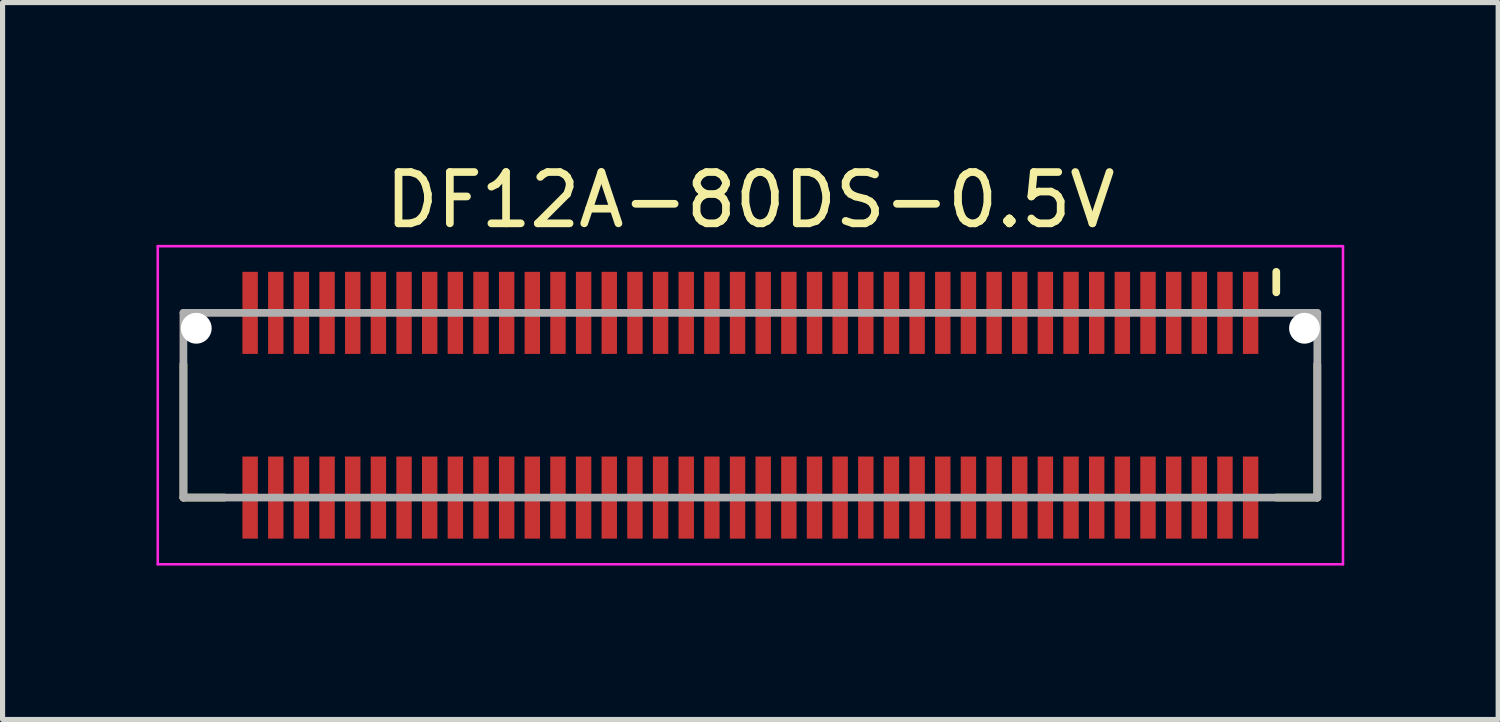
<source format=kicad_pcb>
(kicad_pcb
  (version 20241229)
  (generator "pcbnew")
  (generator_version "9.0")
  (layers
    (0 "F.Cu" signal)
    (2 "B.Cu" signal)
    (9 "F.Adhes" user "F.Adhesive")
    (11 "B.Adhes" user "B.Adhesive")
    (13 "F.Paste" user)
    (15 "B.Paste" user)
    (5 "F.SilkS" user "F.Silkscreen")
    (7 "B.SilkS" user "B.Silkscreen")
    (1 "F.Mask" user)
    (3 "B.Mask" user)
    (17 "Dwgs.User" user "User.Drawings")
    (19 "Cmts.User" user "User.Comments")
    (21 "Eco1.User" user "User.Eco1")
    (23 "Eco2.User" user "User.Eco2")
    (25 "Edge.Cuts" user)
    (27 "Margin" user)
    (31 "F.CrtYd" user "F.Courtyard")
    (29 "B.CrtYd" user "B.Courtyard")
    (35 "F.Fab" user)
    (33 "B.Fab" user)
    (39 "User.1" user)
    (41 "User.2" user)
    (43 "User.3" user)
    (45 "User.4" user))
  (footprint "DF12A-80DS-0.5V"
    (layer "F.Cu")
    (at 11.575 4.848)
    (property "Reference" "DF12A-80DS-0.5V" (at 0 -4 0) (layer "F.SilkS") (effects (font (size 1 1) (thickness 0.15))))
    (attr smd)
    (fp_line (start -11.05 -0.8) (end -11.05 1.8) (stroke (width 0.15) (type solid)) (layer "F.SilkS"))
    (fp_line (start -11.05 1.8) (end -10.25 1.8) (stroke (width 0.15) (type solid)) (layer "F.SilkS"))
    (fp_line (start 10.25 -2.6) (end 10.25 -2.2) (stroke (width 0.15) (type solid)) (layer "F.SilkS"))
    (fp_line (start 10.25 1.8) (end 11.05 1.8) (stroke (width 0.15) (type solid)) (layer "F.SilkS"))
    (fp_line (start 11.05 -0.8) (end 11.05 1.8) (stroke (width 0.15) (type solid)) (layer "F.SilkS"))
    (fp_line (start -11.55 -3.1) (end -11.55 3.1) (stroke (width 0.05) (type solid)) (layer "F.CrtYd"))
    (fp_line (start -11.55 -3.1) (end 11.55 -3.1) (stroke (width 0.05) (type solid)) (layer "F.CrtYd"))
    (fp_line (start -11.55 3.1) (end 11.55 3.1) (stroke (width 0.05) (type solid)) (layer "F.CrtYd"))
    (fp_line (start 11.55 -3.1) (end 11.55 3.1) (stroke (width 0.05) (type solid)) (layer "F.CrtYd"))
    (fp_line (start -11.05 -1.8) (end -11.05 1.8) (stroke (width 0.15) (type solid)) (layer "F.Fab"))
    (fp_line (start -11.05 -1.8) (end 11.05 -1.8) (stroke (width 0.15) (type solid)) (layer "F.Fab"))
    (fp_line (start -11.05 1.8) (end 11.05 1.8) (stroke (width 0.15) (type solid)) (layer "F.Fab"))
    (fp_line (start 11.05 -1.8) (end 11.05 1.8) (stroke (width 0.15) (type solid)) (layer "F.Fab"))
    (pad "" np_thru_hole circle (at -10.8 -1.5) (size 0.6 0.6) (drill 0.6) (layers "*.Cu" "*.Mask"))
    (pad "" np_thru_hole circle (at 10.8 -1.5) (size 0.6 0.6) (drill 0.6) (layers "*.Cu" "*.Mask"))
    (pad "1" smd rect (at 9.75 -1.8) (size 0.3 1.6) (layers "F.Cu" "F.Mask" "F.Paste"))
    (pad "2" smd rect (at 9.75 1.8) (size 0.3 1.6) (layers "F.Cu" "F.Mask" "F.Paste"))
    (pad "3" smd rect (at 9.25 -1.8) (size 0.3 1.6) (layers "F.Cu" "F.Mask" "F.Paste"))
    (pad "4" smd rect (at 9.25 1.8) (size 0.3 1.6) (layers "F.Cu" "F.Mask" "F.Paste"))
    (pad "5" smd rect (at 8.75 -1.8) (size 0.3 1.6) (layers "F.Cu" "F.Mask" "F.Paste"))
    (pad "6" smd rect (at 8.75 1.8) (size 0.3 1.6) (layers "F.Cu" "F.Mask" "F.Paste"))
    (pad "7" smd rect (at 8.25 -1.8) (size 0.3 1.6) (layers "F.Cu" "F.Mask" "F.Paste"))
    (pad "8" smd rect (at 8.25 1.8) (size 0.3 1.6) (layers "F.Cu" "F.Mask" "F.Paste"))
    (pad "9" smd rect (at 7.75 -1.8) (size 0.3 1.6) (layers "F.Cu" "F.Mask" "F.Paste"))
    (pad "10" smd rect (at 7.75 1.8) (size 0.3 1.6) (layers "F.Cu" "F.Mask" "F.Paste"))
    (pad "11" smd rect (at 7.25 -1.8) (size 0.3 1.6) (layers "F.Cu" "F.Mask" "F.Paste"))
    (pad "12" smd rect (at 7.25 1.8) (size 0.3 1.6) (layers "F.Cu" "F.Mask" "F.Paste"))
    (pad "13" smd rect (at 6.75 -1.8) (size 0.3 1.6) (layers "F.Cu" "F.Mask" "F.Paste"))
    (pad "14" smd rect (at 6.75 1.8) (size 0.3 1.6) (layers "F.Cu" "F.Mask" "F.Paste"))
    (pad "15" smd rect (at 6.25 -1.8) (size 0.3 1.6) (layers "F.Cu" "F.Mask" "F.Paste"))
    (pad "16" smd rect (at 6.25 1.8) (size 0.3 1.6) (layers "F.Cu" "F.Mask" "F.Paste"))
    (pad "17" smd rect (at 5.75 -1.8) (size 0.3 1.6) (layers "F.Cu" "F.Mask" "F.Paste"))
    (pad "18" smd rect (at 5.75 1.8) (size 0.3 1.6) (layers "F.Cu" "F.Mask" "F.Paste"))
    (pad "19" smd rect (at 5.25 -1.8) (size 0.3 1.6) (layers "F.Cu" "F.Mask" "F.Paste"))
    (pad "20" smd rect (at 5.25 1.8) (size 0.3 1.6) (layers "F.Cu" "F.Mask" "F.Paste"))
    (pad "21" smd rect (at 4.75 -1.8) (size 0.3 1.6) (layers "F.Cu" "F.Mask" "F.Paste"))
    (pad "22" smd rect (at 4.75 1.8) (size 0.3 1.6) (layers "F.Cu" "F.Mask" "F.Paste"))
    (pad "23" smd rect (at 4.25 -1.8) (size 0.3 1.6) (layers "F.Cu" "F.Mask" "F.Paste"))
    (pad "24" smd rect (at 4.25 1.8) (size 0.3 1.6) (layers "F.Cu" "F.Mask" "F.Paste"))
    (pad "25" smd rect (at 3.75 -1.8) (size 0.3 1.6) (layers "F.Cu" "F.Mask" "F.Paste"))
    (pad "26" smd rect (at 3.75 1.8) (size 0.3 1.6) (layers "F.Cu" "F.Mask" "F.Paste"))
    (pad "27" smd rect (at 3.25 -1.8) (size 0.3 1.6) (layers "F.Cu" "F.Mask" "F.Paste"))
    (pad "28" smd rect (at 3.25 1.8) (size 0.3 1.6) (layers "F.Cu" "F.Mask" "F.Paste"))
    (pad "29" smd rect (at 2.75 -1.8) (size 0.3 1.6) (layers "F.Cu" "F.Mask" "F.Paste"))
    (pad "30" smd rect (at 2.75 1.8) (size 0.3 1.6) (layers "F.Cu" "F.Mask" "F.Paste"))
    (pad "31" smd rect (at 2.25 -1.8) (size 0.3 1.6) (layers "F.Cu" "F.Mask" "F.Paste"))
    (pad "32" smd rect (at 2.25 1.8) (size 0.3 1.6) (layers "F.Cu" "F.Mask" "F.Paste"))
    (pad "33" smd rect (at 1.75 -1.8) (size 0.3 1.6) (layers "F.Cu" "F.Mask" "F.Paste"))
    (pad "34" smd rect (at 1.75 1.8) (size 0.3 1.6) (layers "F.Cu" "F.Mask" "F.Paste"))
    (pad "35" smd rect (at 1.25 -1.8) (size 0.3 1.6) (layers "F.Cu" "F.Mask" "F.Paste"))
    (pad "36" smd rect (at 1.25 1.8) (size 0.3 1.6) (layers "F.Cu" "F.Mask" "F.Paste"))
    (pad "37" smd rect (at 0.75 -1.8) (size 0.3 1.6) (layers "F.Cu" "F.Mask" "F.Paste"))
    (pad "38" smd rect (at 0.75 1.8) (size 0.3 1.6) (layers "F.Cu" "F.Mask" "F.Paste"))
    (pad "39" smd rect (at 0.25 -1.8) (size 0.3 1.6) (layers "F.Cu" "F.Mask" "F.Paste"))
    (pad "40" smd rect (at 0.25 1.8) (size 0.3 1.6) (layers "F.Cu" "F.Mask" "F.Paste"))
    (pad "41" smd rect (at -0.25 -1.8) (size 0.3 1.6) (layers "F.Cu" "F.Mask" "F.Paste"))
    (pad "42" smd rect (at -0.25 1.8) (size 0.3 1.6) (layers "F.Cu" "F.Mask" "F.Paste"))
    (pad "43" smd rect (at -0.75 -1.8) (size 0.3 1.6) (layers "F.Cu" "F.Mask" "F.Paste"))
    (pad "44" smd rect (at -0.75 1.8) (size 0.3 1.6) (layers "F.Cu" "F.Mask" "F.Paste"))
    (pad "45" smd rect (at -1.25 -1.8) (size 0.3 1.6) (layers "F.Cu" "F.Mask" "F.Paste"))
    (pad "46" smd rect (at -1.25 1.8) (size 0.3 1.6) (layers "F.Cu" "F.Mask" "F.Paste"))
    (pad "47" smd rect (at -1.75 -1.8) (size 0.3 1.6) (layers "F.Cu" "F.Mask" "F.Paste"))
    (pad "48" smd rect (at -1.75 1.8) (size 0.3 1.6) (layers "F.Cu" "F.Mask" "F.Paste"))
    (pad "49" smd rect (at -2.25 -1.8) (size 0.3 1.6) (layers "F.Cu" "F.Mask" "F.Paste"))
    (pad "50" smd rect (at -2.25 1.8) (size 0.3 1.6) (layers "F.Cu" "F.Mask" "F.Paste"))
    (pad "51" smd rect (at -2.75 -1.8) (size 0.3 1.6) (layers "F.Cu" "F.Mask" "F.Paste"))
    (pad "52" smd rect (at -2.75 1.8) (size 0.3 1.6) (layers "F.Cu" "F.Mask" "F.Paste"))
    (pad "53" smd rect (at -3.25 -1.8) (size 0.3 1.6) (layers "F.Cu" "F.Mask" "F.Paste"))
    (pad "54" smd rect (at -3.25 1.8) (size 0.3 1.6) (layers "F.Cu" "F.Mask" "F.Paste"))
    (pad "55" smd rect (at -3.75 -1.8) (size 0.3 1.6) (layers "F.Cu" "F.Mask" "F.Paste"))
    (pad "56" smd rect (at -3.75 1.8) (size 0.3 1.6) (layers "F.Cu" "F.Mask" "F.Paste"))
    (pad "57" smd rect (at -4.25 -1.8) (size 0.3 1.6) (layers "F.Cu" "F.Mask" "F.Paste"))
    (pad "58" smd rect (at -4.25 1.8) (size 0.3 1.6) (layers "F.Cu" "F.Mask" "F.Paste"))
    (pad "59" smd rect (at -4.75 -1.8) (size 0.3 1.6) (layers "F.Cu" "F.Mask" "F.Paste"))
    (pad "60" smd rect (at -4.75 1.8) (size 0.3 1.6) (layers "F.Cu" "F.Mask" "F.Paste"))
    (pad "61" smd rect (at -5.25 -1.8) (size 0.3 1.6) (layers "F.Cu" "F.Mask" "F.Paste"))
    (pad "62" smd rect (at -5.25 1.8) (size 0.3 1.6) (layers "F.Cu" "F.Mask" "F.Paste"))
    (pad "63" smd rect (at -5.75 -1.8) (size 0.3 1.6) (layers "F.Cu" "F.Mask" "F.Paste"))
    (pad "64" smd rect (at -5.75 1.8) (size 0.3 1.6) (layers "F.Cu" "F.Mask" "F.Paste"))
    (pad "65" smd rect (at -6.25 -1.8) (size 0.3 1.6) (layers "F.Cu" "F.Mask" "F.Paste"))
    (pad "66" smd rect (at -6.25 1.8) (size 0.3 1.6) (layers "F.Cu" "F.Mask" "F.Paste"))
    (pad "67" smd rect (at -6.75 -1.8) (size 0.3 1.6) (layers "F.Cu" "F.Mask" "F.Paste"))
    (pad "68" smd rect (at -6.75 1.8) (size 0.3 1.6) (layers "F.Cu" "F.Mask" "F.Paste"))
    (pad "69" smd rect (at -7.25 -1.8) (size 0.3 1.6) (layers "F.Cu" "F.Mask" "F.Paste"))
    (pad "70" smd rect (at -7.25 1.8) (size 0.3 1.6) (layers "F.Cu" "F.Mask" "F.Paste"))
    (pad "71" smd rect (at -7.75 -1.8) (size 0.3 1.6) (layers "F.Cu" "F.Mask" "F.Paste"))
    (pad "72" smd rect (at -7.75 1.8) (size 0.3 1.6) (layers "F.Cu" "F.Mask" "F.Paste"))
    (pad "73" smd rect (at -8.25 -1.8) (size 0.3 1.6) (layers "F.Cu" "F.Mask" "F.Paste"))
    (pad "74" smd rect (at -8.25 1.8) (size 0.3 1.6) (layers "F.Cu" "F.Mask" "F.Paste"))
    (pad "75" smd rect (at -8.75 -1.8) (size 0.3 1.6) (layers "F.Cu" "F.Mask" "F.Paste"))
    (pad "76" smd rect (at -8.75 1.8) (size 0.3 1.6) (layers "F.Cu" "F.Mask" "F.Paste"))
    (pad "77" smd rect (at -9.25 -1.8) (size 0.3 1.6) (layers "F.Cu" "F.Mask" "F.Paste"))
    (pad "78" smd rect (at -9.25 1.8) (size 0.3 1.6) (layers "F.Cu" "F.Mask" "F.Paste"))
    (pad "79" smd rect (at -9.75 -1.8) (size 0.3 1.6) (layers "F.Cu" "F.Mask" "F.Paste"))
    (pad "80" smd rect (at -9.75 1.8) (size 0.3 1.6) (layers "F.Cu" "F.Mask" "F.Paste")))
  (gr_rect
    (start -3 -3)
    (end 26.15 10.973)
    (stroke (width 0.1) (type default))
    (fill no)
    (layer "Edge.Cuts")))
</source>
